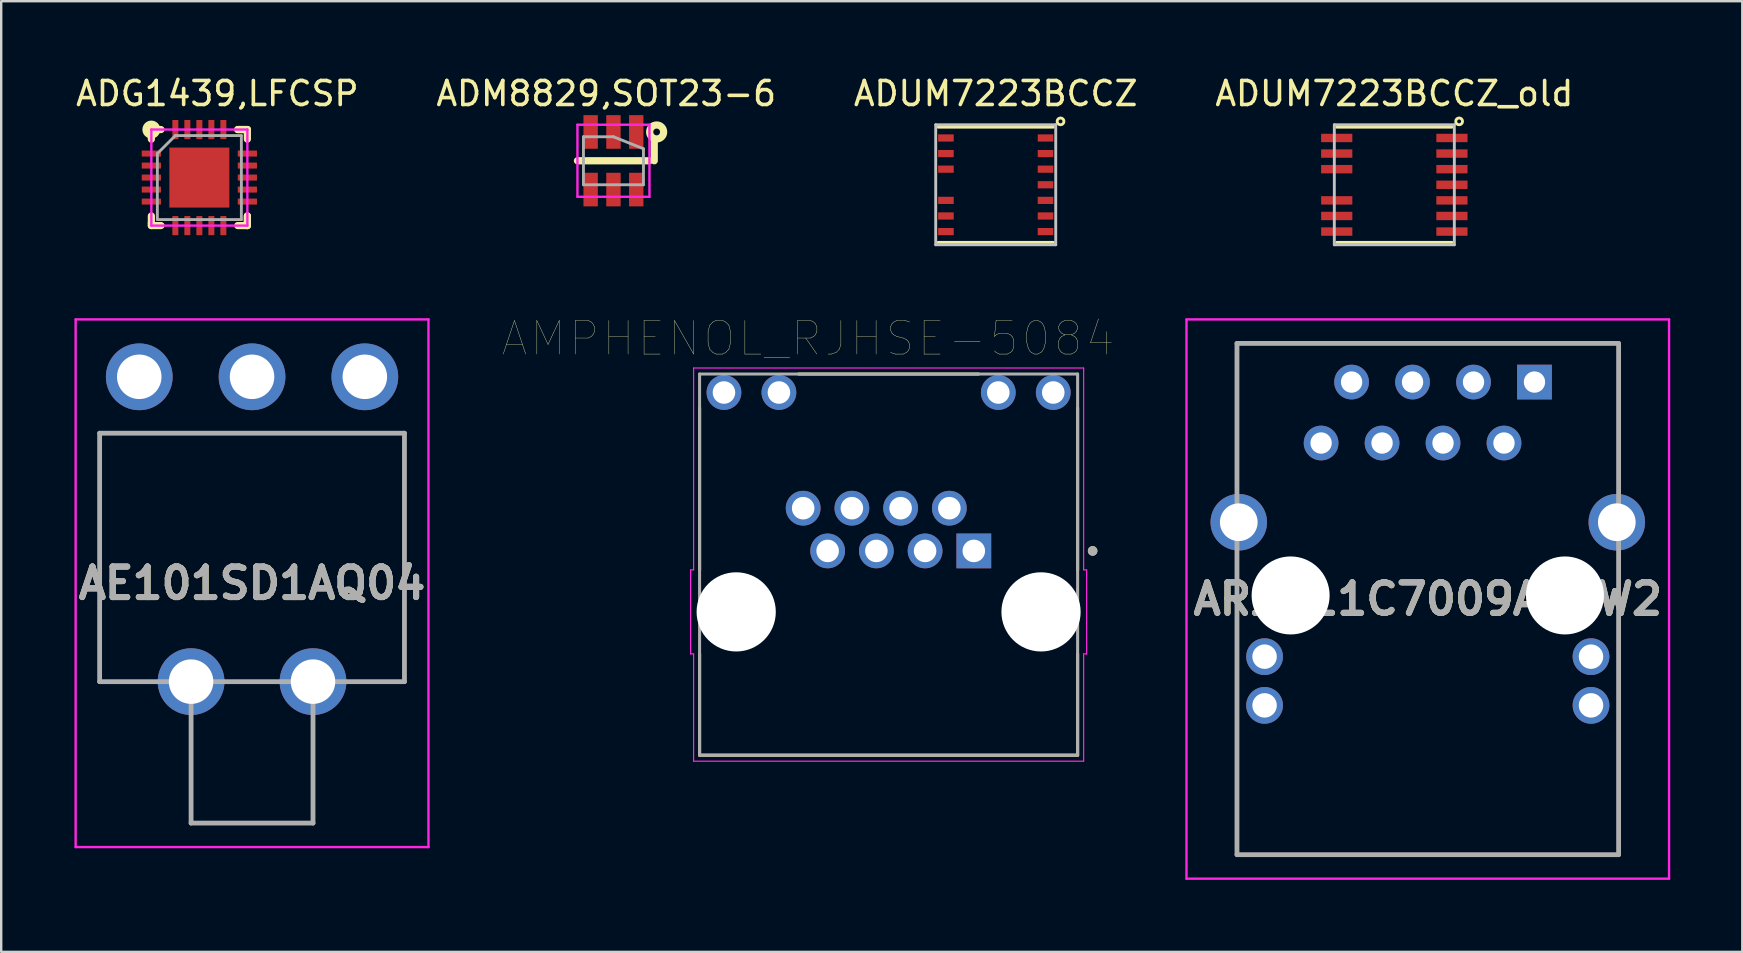
<source format=kicad_pcb>
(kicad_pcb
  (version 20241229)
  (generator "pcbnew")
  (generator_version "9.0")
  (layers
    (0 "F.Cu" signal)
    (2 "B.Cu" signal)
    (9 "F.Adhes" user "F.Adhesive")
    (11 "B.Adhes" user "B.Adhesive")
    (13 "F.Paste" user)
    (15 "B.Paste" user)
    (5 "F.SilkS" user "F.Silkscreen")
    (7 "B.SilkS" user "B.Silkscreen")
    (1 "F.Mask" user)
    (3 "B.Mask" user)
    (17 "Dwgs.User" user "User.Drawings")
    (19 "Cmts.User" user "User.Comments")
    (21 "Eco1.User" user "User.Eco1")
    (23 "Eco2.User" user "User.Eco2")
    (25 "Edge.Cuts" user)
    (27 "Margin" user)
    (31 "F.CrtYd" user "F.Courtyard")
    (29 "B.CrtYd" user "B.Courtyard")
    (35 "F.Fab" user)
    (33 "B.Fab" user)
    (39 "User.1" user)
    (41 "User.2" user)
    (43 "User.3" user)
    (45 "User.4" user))
  (footprint "AMPHENOL_RJHSE-5084"
    (layer "F.Cu")
    (at 33.972 22.443)
    (property "Reference" "AMPHENOL_RJHSE-5084" (at -3.355 -11.389 0) (layer "F.SilkS") (effects (font (size 1.4 1.4) (thickness 0.015))))
    (attr through_hole)
    (fp_line (start -7.875 -1.75) (end -7.875 -8.5) (stroke (width 0.127) (type solid)) (layer "F.SilkS"))
    (fp_line (start -7.875 5.97) (end -7.875 1.75) (stroke (width 0.127) (type solid)) (layer "F.SilkS"))
    (fp_line (start -3.75 -9.91) (end 3.75 -9.91) (stroke (width 0.127) (type solid)) (layer "F.SilkS"))
    (fp_line (start 7.875 -8.5) (end 7.875 -1.75) (stroke (width 0.127) (type solid)) (layer "F.SilkS"))
    (fp_line (start 7.875 1.75) (end 7.875 5.97) (stroke (width 0.127) (type solid)) (layer "F.SilkS"))
    (fp_line (start 7.875 5.97) (end -7.875 5.97) (stroke (width 0.127) (type solid)) (layer "F.SilkS"))
    (fp_circle (center 8.5 -2.54) (end 8.6 -2.54) (stroke (width 0.2) (type solid)) (fill no) (layer "F.SilkS"))
    (fp_line (start -8.25 -1.75) (end -8.125 -1.75) (stroke (width 0.05) (type solid)) (layer "F.CrtYd"))
    (fp_line (start -8.25 1.75) (end -8.25 -1.75) (stroke (width 0.05) (type solid)) (layer "F.CrtYd"))
    (fp_line (start -8.125 -10.16) (end 8.125 -10.16) (stroke (width 0.05) (type solid)) (layer "F.CrtYd"))
    (fp_line (start -8.125 -1.75) (end -8.125 -10.16) (stroke (width 0.05) (type solid)) (layer "F.CrtYd"))
    (fp_line (start -8.125 1.75) (end -8.25 1.75) (stroke (width 0.05) (type solid)) (layer "F.CrtYd"))
    (fp_line (start -8.125 6.22) (end -8.125 1.75) (stroke (width 0.05) (type solid)) (layer "F.CrtYd"))
    (fp_line (start 8.125 -10.16) (end 8.125 -1.75) (stroke (width 0.05) (type solid)) (layer "F.CrtYd"))
    (fp_line (start 8.125 -1.75) (end 8.25 -1.75) (stroke (width 0.05) (type solid)) (layer "F.CrtYd"))
    (fp_line (start 8.125 1.75) (end 8.125 6.22) (stroke (width 0.05) (type solid)) (layer "F.CrtYd"))
    (fp_line (start 8.125 6.22) (end -8.125 6.22) (stroke (width 0.05) (type solid)) (layer "F.CrtYd"))
    (fp_line (start 8.25 -1.75) (end 8.25 1.75) (stroke (width 0.05) (type solid)) (layer "F.CrtYd"))
    (fp_line (start 8.25 1.75) (end 8.125 1.75) (stroke (width 0.05) (type solid)) (layer "F.CrtYd"))
    (fp_line (start -7.875 -9.91) (end 7.875 -9.91) (stroke (width 0.127) (type solid)) (layer "F.Fab"))
    (fp_line (start -7.875 5.97) (end -7.875 -9.91) (stroke (width 0.127) (type solid)) (layer "F.Fab"))
    (fp_line (start 7.875 -9.91) (end 7.875 5.97) (stroke (width 0.127) (type solid)) (layer "F.Fab"))
    (fp_line (start 7.875 5.97) (end -7.875 5.97) (stroke (width 0.127) (type solid)) (layer "F.Fab"))
    (fp_circle (center 8.5 -2.54) (end 8.6 -2.54) (stroke (width 0.2) (type solid)) (fill no) (layer "F.Fab"))
    (pad "" np_thru_hole circle (at -6.35 0) (size 3.3 3.3) (drill 3.3) (layers "*.Cu" "*.Mask"))
    (pad "" np_thru_hole circle (at 6.35 0) (size 3.3 3.3) (drill 3.3) (layers "*.Cu" "*.Mask"))
    (pad "1" thru_hole rect (at 3.55 -2.54) (size 1.448 1.448) (drill 0.94) (layers "*.Cu" "*.Mask"))
    (pad "2" thru_hole circle (at 2.53 -4.32) (size 1.448 1.448) (drill 0.94) (layers "*.Cu" "*.Mask"))
    (pad "3" thru_hole circle (at 1.52 -2.54) (size 1.448 1.448) (drill 0.94) (layers "*.Cu" "*.Mask"))
    (pad "4" thru_hole circle (at 0.5 -4.32) (size 1.448 1.448) (drill 0.94) (layers "*.Cu" "*.Mask"))
    (pad "5" thru_hole circle (at -0.51 -2.54) (size 1.448 1.448) (drill 0.94) (layers "*.Cu" "*.Mask"))
    (pad "6" thru_hole circle (at -1.53 -4.32) (size 1.448 1.448) (drill 0.94) (layers "*.Cu" "*.Mask"))
    (pad "7" thru_hole circle (at -2.54 -2.54) (size 1.448 1.448) (drill 0.94) (layers "*.Cu" "*.Mask"))
    (pad "8" thru_hole circle (at -3.56 -4.32) (size 1.448 1.448) (drill 0.94) (layers "*.Cu" "*.Mask"))
    (pad "9" thru_hole circle (at 6.86 -9.14) (size 1.448 1.448) (drill 0.94) (layers "*.Cu" "*.Mask"))
    (pad "10" thru_hole circle (at 4.57 -9.14) (size 1.448 1.448) (drill 0.94) (layers "*.Cu" "*.Mask"))
    (pad "11" thru_hole circle (at -4.57 -9.14) (size 1.448 1.448) (drill 0.94) (layers "*.Cu" "*.Mask"))
    (pad "12" thru_hole circle (at -6.86 -9.14) (size 1.448 1.448) (drill 0.94) (layers "*.Cu" "*.Mask")))
  (footprint "ADUM7223BCCZ_old"
    (layer "F.Cu")
    (at 55.042 4.648)
    (property "Reference" "ADUM7223BCCZ_old" (at 0 -3.8 0) (layer "F.SilkS") (effects (font (size 1 1) (thickness 0.15))))
    (attr through_hole)
    (fp_line (start -2.4 -2.4) (end 2.4 -2.4) (stroke (width 0.12) (type solid)) (layer "F.SilkS"))
    (fp_line (start -2.4 2.4) (end 2.4 2.4) (stroke (width 0.12) (type solid)) (layer "F.SilkS"))
    (fp_circle (center 2.7 -2.641) (end 2.8 -2.541) (stroke (width 0.12) (type solid)) (fill no) (layer "F.SilkS"))
    (fp_line (start -2.5 -2.5) (end -2.5 2.5) (stroke (width 0.12) (type solid)) (layer "Dwgs.User"))
    (fp_line (start -2.5 2.5) (end 2.5 2.5) (stroke (width 0.12) (type solid)) (layer "Dwgs.User"))
    (fp_line (start 2.5 -2.5) (end -2.5 -2.5) (stroke (width 0.12) (type solid)) (layer "Dwgs.User"))
    (fp_line (start 2.5 2.5) (end 2.5 -2.5) (stroke (width 0.12) (type solid)) (layer "Dwgs.User"))
    (pad "1" smd rect (at 2.4 -1.95) (size 1.3 0.35) (layers "F.Cu" "F.Mask" "F.Paste"))
    (pad "2" smd rect (at 2.4 -1.3) (size 1.3 0.35) (layers "F.Cu" "F.Mask" "F.Paste"))
    (pad "3" smd rect (at 2.4 -0.65) (size 1.3 0.35) (layers "F.Cu" "F.Mask" "F.Paste"))
    (pad "4" smd rect (at 2.4 0) (size 1.3 0.35) (layers "F.Cu" "F.Mask" "F.Paste"))
    (pad "5" smd rect (at 2.4 0.65) (size 1.3 0.35) (layers "F.Cu" "F.Mask" "F.Paste"))
    (pad "6" smd rect (at 2.4 1.3) (size 1.3 0.35) (layers "F.Cu" "F.Mask" "F.Paste"))
    (pad "7" smd rect (at 2.4 1.95) (size 1.3 0.35) (layers "F.Cu" "F.Mask" "F.Paste"))
    (pad "8" smd rect (at -2.4 1.95 180) (size 1.3 0.35) (layers "F.Cu" "F.Mask" "F.Paste"))
    (pad "9" smd rect (at -2.4 1.3 180) (size 1.3 0.35) (layers "F.Cu" "F.Mask" "F.Paste"))
    (pad "10" smd rect (at -2.4 0.65 180) (size 1.3 0.35) (layers "F.Cu" "F.Mask" "F.Paste"))
    (pad "11" smd rect (at -2.4 -0.65 180) (size 1.3 0.35) (layers "F.Cu" "F.Mask" "F.Paste"))
    (pad "12" smd rect (at -2.4 -1.3 180) (size 1.3 0.35) (layers "F.Cu" "F.Mask" "F.Paste"))
    (pad "13" smd rect (at -2.4 -1.95 180) (size 1.3 0.35) (layers "F.Cu" "F.Mask" "F.Paste")))
  (footprint "ARJM11C7009ABEW2"
    (layer "F.Cu")
    (at 60.881 12.868)
    (property "Reference" "ARJM11C7009ABEW2" (at -4.445 9.04 0) (layer "F.SilkS") (effects (font (size 1.27 1.27) (thickness 0.254))))
    (attr through_hole)
    (fp_line (start -12.395 -1.61) (end -12.395 -1.61) (stroke (width 0.1) (type solid)) (layer "F.SilkS"))
    (fp_line (start -12.395 -1.61) (end -12.395 -1.61) (stroke (width 0.1) (type solid)) (layer "F.SilkS"))
    (fp_line (start -12.395 -1.61) (end -12.395 4.25) (stroke (width 0.1) (type solid)) (layer "F.SilkS"))
    (fp_line (start -12.395 -1.61) (end 3.505 -1.61) (stroke (width 0.1) (type solid)) (layer "F.SilkS"))
    (fp_line (start -12.395 4.25) (end -12.395 -1.61) (stroke (width 0.1) (type solid)) (layer "F.SilkS"))
    (fp_line (start -12.395 4.25) (end -12.395 4.25) (stroke (width 0.1) (type solid)) (layer "F.SilkS"))
    (fp_line (start -12.395 7.5) (end -12.395 7.5) (stroke (width 0.1) (type solid)) (layer "F.SilkS"))
    (fp_line (start -12.395 7.5) (end -12.395 10.5) (stroke (width 0.1) (type solid)) (layer "F.SilkS"))
    (fp_line (start -12.395 10.5) (end -12.395 7.5) (stroke (width 0.1) (type solid)) (layer "F.SilkS"))
    (fp_line (start -12.395 10.5) (end -12.395 10.5) (stroke (width 0.1) (type solid)) (layer "F.SilkS"))
    (fp_line (start -12.395 14.5) (end -12.395 14.5) (stroke (width 0.1) (type solid)) (layer "F.SilkS"))
    (fp_line (start -12.395 14.5) (end -12.395 19.69) (stroke (width 0.1) (type solid)) (layer "F.SilkS"))
    (fp_line (start -12.395 19.69) (end -12.395 14.5) (stroke (width 0.1) (type solid)) (layer "F.SilkS"))
    (fp_line (start -12.395 19.69) (end -12.395 19.69) (stroke (width 0.1) (type solid)) (layer "F.SilkS"))
    (fp_line (start -12.395 19.69) (end -12.395 19.69) (stroke (width 0.1) (type solid)) (layer "F.SilkS"))
    (fp_line (start -12.395 19.69) (end 3.5 19.69) (stroke (width 0.1) (type solid)) (layer "F.SilkS"))
    (fp_line (start 3.5 7.5) (end 3.5 10.5) (stroke (width 0.1) (type solid)) (layer "F.SilkS"))
    (fp_line (start 3.5 10.5) (end 3.505 10.5) (stroke (width 0.1) (type solid)) (layer "F.SilkS"))
    (fp_line (start 3.5 14.5) (end 3.5 19.69) (stroke (width 0.1) (type solid)) (layer "F.SilkS"))
    (fp_line (start 3.5 19.69) (end -12.395 19.69) (stroke (width 0.1) (type solid)) (layer "F.SilkS"))
    (fp_line (start 3.5 19.69) (end 3.5 19.69) (stroke (width 0.1) (type solid)) (layer "F.SilkS"))
    (fp_line (start 3.5 19.69) (end 3.505 19.69) (stroke (width 0.1) (type solid)) (layer "F.SilkS"))
    (fp_line (start 3.505 -1.61) (end -12.395 -1.61) (stroke (width 0.1) (type solid)) (layer "F.SilkS"))
    (fp_line (start 3.505 -1.61) (end 3.505 -1.61) (stroke (width 0.1) (type solid)) (layer "F.SilkS"))
    (fp_line (start 3.505 -1.61) (end 3.505 -1.61) (stroke (width 0.1) (type solid)) (layer "F.SilkS"))
    (fp_line (start 3.505 -1.61) (end 3.505 4.25) (stroke (width 0.1) (type solid)) (layer "F.SilkS"))
    (fp_line (start 3.505 4.25) (end 3.505 -1.61) (stroke (width 0.1) (type solid)) (layer "F.SilkS"))
    (fp_line (start 3.505 4.25) (end 3.505 4.25) (stroke (width 0.1) (type solid)) (layer "F.SilkS"))
    (fp_line (start 3.505 7.5) (end 3.5 7.5) (stroke (width 0.1) (type solid)) (layer "F.SilkS"))
    (fp_line (start 3.505 10.5) (end 3.505 7.5) (stroke (width 0.1) (type solid)) (layer "F.SilkS"))
    (fp_line (start 3.505 14.5) (end 3.5 14.5) (stroke (width 0.1) (type solid)) (layer "F.SilkS"))
    (fp_line (start 3.505 19.69) (end 3.505 14.5) (stroke (width 0.1) (type solid)) (layer "F.SilkS"))
    (fp_line (start -14.498 -2.61) (end 5.607 -2.61) (stroke (width 0.1) (type solid)) (layer "F.CrtYd"))
    (fp_line (start -14.498 20.69) (end -14.498 -2.61) (stroke (width 0.1) (type solid)) (layer "F.CrtYd"))
    (fp_line (start 5.607 -2.61) (end 5.607 20.69) (stroke (width 0.1) (type solid)) (layer "F.CrtYd"))
    (fp_line (start 5.607 20.69) (end -14.498 20.69) (stroke (width 0.1) (type solid)) (layer "F.CrtYd"))
    (fp_line (start -12.395 -1.61) (end -12.395 19.69) (stroke (width 0.2) (type solid)) (layer "F.Fab"))
    (fp_line (start -12.395 19.69) (end 3.505 19.69) (stroke (width 0.2) (type solid)) (layer "F.Fab"))
    (fp_line (start 3.505 -1.61) (end -12.395 -1.61) (stroke (width 0.2) (type solid)) (layer "F.Fab"))
    (fp_line (start 3.505 19.69) (end 3.505 -1.61) (stroke (width 0.2) (type solid)) (layer "F.Fab"))
    (fp_text user "${REFERENCE}" (at -4.445 9.04 0) (layer "F.Fab") (effects (font (size 1.27 1.27) (thickness 0.254))))
    (pad "" np_thru_hole circle (at -10.16 8.89) (size 3.25 3.25) (drill 3.25) (layers "*.Cu" "*.Mask"))
    (pad "" np_thru_hole circle (at 1.27 8.89) (size 3.25 3.25) (drill 3.25) (layers "*.Cu" "*.Mask"))
    (pad "1" thru_hole rect (at 0 0) (size 1.446 1.446) (drill 0.89) (layers "*.Cu" "*.Mask"))
    (pad "2" thru_hole circle (at -1.27 2.54) (size 1.446 1.446) (drill 0.89) (layers "*.Cu" "*.Mask"))
    (pad "3" thru_hole circle (at -2.54 0) (size 1.446 1.446) (drill 0.89) (layers "*.Cu" "*.Mask"))
    (pad "4" thru_hole circle (at -3.81 2.54) (size 1.446 1.446) (drill 0.89) (layers "*.Cu" "*.Mask"))
    (pad "5" thru_hole circle (at -5.08 0) (size 1.446 1.446) (drill 0.89) (layers "*.Cu" "*.Mask"))
    (pad "6" thru_hole circle (at -6.35 2.54) (size 1.446 1.446) (drill 0.89) (layers "*.Cu" "*.Mask"))
    (pad "7" thru_hole circle (at -7.62 0) (size 1.446 1.446) (drill 0.89) (layers "*.Cu" "*.Mask"))
    (pad "8" thru_hole circle (at -8.89 2.54) (size 1.446 1.446) (drill 0.89) (layers "*.Cu" "*.Mask"))
    (pad "L1" thru_hole circle (at -11.245 11.44) (size 1.53 1.53) (drill 1.02) (layers "*.Cu" "*.Mask"))
    (pad "L2" thru_hole circle (at -11.245 13.47) (size 1.53 1.53) (drill 1.02) (layers "*.Cu" "*.Mask"))
    (pad "L3" thru_hole circle (at 2.355 11.44) (size 1.53 1.53) (drill 1.02) (layers "*.Cu" "*.Mask"))
    (pad "L4" thru_hole circle (at 2.355 13.47) (size 1.53 1.53) (drill 1.02) (layers "*.Cu" "*.Mask"))
    (pad "MH1" thru_hole circle (at 3.43 5.84) (size 2.355 2.355) (drill 1.57) (layers "*.Cu" "*.Mask"))
    (pad "MH2" thru_hole circle (at -12.32 5.84) (size 2.355 2.355) (drill 1.57) (layers "*.Cu" "*.Mask")))
  (footprint "AE101SD1AQ04"
    (layer "F.Cu")
    (at 2.752 12.649)
    (property "Reference" "AE101SD1AQ04" (at 4.699 8.601 0) (layer "F.SilkS") (effects (font (size 1.27 1.27) (thickness 0.254))))
    (attr through_hole)
    (fp_line (start -1.651 2.35) (end 11.049 2.35) (stroke (width 0.1) (type solid)) (layer "F.SilkS"))
    (fp_line (start -1.651 12.7) (end -1.651 2.35) (stroke (width 0.1) (type solid)) (layer "F.SilkS"))
    (fp_line (start -0.381 12.7) (end -1.651 12.7) (stroke (width 0.1) (type solid)) (layer "F.SilkS"))
    (fp_line (start 11.049 2.35) (end 11.049 12.7) (stroke (width 0.1) (type solid)) (layer "F.SilkS"))
    (fp_line (start 11.049 12.7) (end 9.779 12.7) (stroke (width 0.1) (type solid)) (layer "F.SilkS"))
    (fp_line (start -2.651 -2.391) (end 12.049 -2.391) (stroke (width 0.1) (type solid)) (layer "F.CrtYd"))
    (fp_line (start -2.651 19.593) (end -2.651 -2.391) (stroke (width 0.1) (type solid)) (layer "F.CrtYd"))
    (fp_line (start 12.049 -2.391) (end 12.049 19.593) (stroke (width 0.1) (type solid)) (layer "F.CrtYd"))
    (fp_line (start 12.049 19.593) (end -2.651 19.593) (stroke (width 0.1) (type solid)) (layer "F.CrtYd"))
    (fp_line (start -1.651 2.35) (end 11.049 2.35) (stroke (width 0.2) (type solid)) (layer "F.Fab"))
    (fp_line (start -1.651 12.7) (end -1.651 2.35) (stroke (width 0.2) (type solid)) (layer "F.Fab"))
    (fp_line (start 2.159 12.7) (end 2.159 18.593) (stroke (width 0.2) (type solid)) (layer "F.Fab"))
    (fp_line (start 2.159 18.593) (end 7.239 18.593) (stroke (width 0.2) (type solid)) (layer "F.Fab"))
    (fp_line (start 7.239 18.593) (end 7.239 12.7) (stroke (width 0.2) (type solid)) (layer "F.Fab"))
    (fp_line (start 11.049 2.35) (end 11.049 12.7) (stroke (width 0.2) (type solid)) (layer "F.Fab"))
    (fp_line (start 11.049 12.7) (end -1.651 12.7) (stroke (width 0.2) (type solid)) (layer "F.Fab"))
    (fp_text user "${REFERENCE}" (at 4.699 8.601 0) (layer "F.Fab") (effects (font (size 1.27 1.27) (thickness 0.254))))
    (pad "1" thru_hole circle (at 0 0) (size 2.781 2.781) (drill 1.854) (layers "*.Cu" "*.Mask"))
    (pad "2" thru_hole circle (at 4.699 0) (size 2.781 2.781) (drill 1.854) (layers "*.Cu" "*.Mask"))
    (pad "3" thru_hole circle (at 9.398 0) (size 2.781 2.781) (drill 1.854) (layers "*.Cu" "*.Mask"))
    (pad "4" thru_hole circle (at 7.239 12.7) (size 2.781 2.781) (drill 1.854) (layers "*.Cu" "*.Mask"))
    (pad "5" thru_hole circle (at 2.159 12.7) (size 2.781 2.781) (drill 1.854) (layers "*.Cu" "*.Mask")))
  (footprint "ADUM7223BCCZ"
    (layer "F.Cu")
    (at 38.435 4.648)
    (property "Reference" "ADUM7223BCCZ" (at 0 -3.8 0) (layer "F.SilkS") (effects (font (size 1 1) (thickness 0.15))))
    (attr through_hole)
    (fp_line (start -2.4 -2.4) (end 2.4 -2.4) (stroke (width 0.12) (type solid)) (layer "F.SilkS"))
    (fp_line (start -2.4 2.4) (end 2.4 2.4) (stroke (width 0.12) (type solid)) (layer "F.SilkS"))
    (fp_circle (center 2.7 -2.641) (end 2.8 -2.541) (stroke (width 0.12) (type solid)) (fill no) (layer "F.SilkS"))
    (fp_line (start -2.5 -2.5) (end -2.5 2.5) (stroke (width 0.12) (type solid)) (layer "Dwgs.User"))
    (fp_line (start -2.5 2.5) (end 2.5 2.5) (stroke (width 0.12) (type solid)) (layer "Dwgs.User"))
    (fp_line (start 2.5 -2.5) (end -2.5 -2.5) (stroke (width 0.12) (type solid)) (layer "Dwgs.User"))
    (fp_line (start 2.5 2.5) (end 2.5 -2.5) (stroke (width 0.12) (type solid)) (layer "Dwgs.User"))
    (pad "1" smd rect (at 2.075 -1.95) (size 0.65 0.3) (layers "F.Cu" "F.Mask" "F.Paste"))
    (pad "2" smd rect (at 2.075 -1.3) (size 0.65 0.3) (layers "F.Cu" "F.Mask" "F.Paste"))
    (pad "3" smd rect (at 2.075 -0.65) (size 0.65 0.3) (layers "F.Cu" "F.Mask" "F.Paste"))
    (pad "4" smd rect (at 2.075 0) (size 0.65 0.3) (layers "F.Cu" "F.Mask" "F.Paste"))
    (pad "5" smd rect (at 2.075 0.65) (size 0.65 0.3) (layers "F.Cu" "F.Mask" "F.Paste"))
    (pad "6" smd rect (at 2.075 1.3) (size 0.65 0.3) (layers "F.Cu" "F.Mask" "F.Paste"))
    (pad "7" smd rect (at 2.075 1.95) (size 0.65 0.3) (layers "F.Cu" "F.Mask" "F.Paste"))
    (pad "8" smd rect (at -2.075 1.95 180) (size 0.65 0.3) (layers "F.Cu" "F.Mask" "F.Paste"))
    (pad "9" smd rect (at -2.075 1.3 180) (size 0.65 0.3) (layers "F.Cu" "F.Mask" "F.Paste"))
    (pad "10" smd rect (at -2.075 0.65 180) (size 0.65 0.3) (layers "F.Cu" "F.Mask" "F.Paste"))
    (pad "11" smd rect (at -2.075 -0.65 180) (size 0.65 0.3) (layers "F.Cu" "F.Mask" "F.Paste"))
    (pad "12" smd rect (at -2.075 -1.3 180) (size 0.65 0.3) (layers "F.Cu" "F.Mask" "F.Paste"))
    (pad "13" smd rect (at -2.075 -1.95 180) (size 0.65 0.3) (layers "F.Cu" "F.Mask" "F.Paste")))
  (footprint "ADG1439,LFCSP"
    (layer "F.Cu")
    (at 5.256 4.348)
    (property "Reference" "ADG1439,LFCSP" (at 0.75 -3.5 0) (layer "F.SilkS") (effects (font (size 1 1) (thickness 0.15))))
    (attr through_hole)
    (fp_line (start -2 -2) (end -2 -1.6) (stroke (width 0.3) (type solid)) (layer "F.SilkS"))
    (fp_line (start -2 -2) (end -1.6 -2) (stroke (width 0.3) (type solid)) (layer "F.SilkS"))
    (fp_line (start -2 1.9) (end -2 1.6) (stroke (width 0.3) (type solid)) (layer "F.SilkS"))
    (fp_line (start -2 1.9) (end -2 2) (stroke (width 0.3) (type solid)) (layer "F.SilkS"))
    (fp_line (start -2 2) (end -1.6 2) (stroke (width 0.3) (type solid)) (layer "F.SilkS"))
    (fp_line (start 1.6 -2) (end 2 -2) (stroke (width 0.3) (type solid)) (layer "F.SilkS"))
    (fp_line (start 2 -2) (end 1.6 -2) (stroke (width 0.3) (type solid)) (layer "F.SilkS"))
    (fp_line (start 2 -2) (end 2 -1.6) (stroke (width 0.3) (type solid)) (layer "F.SilkS"))
    (fp_line (start 2 1.6) (end 2 2) (stroke (width 0.3) (type solid)) (layer "F.SilkS"))
    (fp_line (start 2 2) (end 1.6 2) (stroke (width 0.3) (type solid)) (layer "F.SilkS"))
    (fp_line (start 2 2) (end 2 1.6) (stroke (width 0.3) (type solid)) (layer "F.SilkS"))
    (fp_circle (center -2 -2) (end -1.8 -1.9) (stroke (width 0.3) (type solid)) (fill no) (layer "F.SilkS"))
    (fp_line (start -2 -2) (end 2 -2) (stroke (width 0.1) (type solid)) (layer "F.CrtYd"))
    (fp_line (start -2 2) (end -2 -2) (stroke (width 0.1) (type solid)) (layer "F.CrtYd"))
    (fp_line (start 2 -2) (end 2 2) (stroke (width 0.1) (type solid)) (layer "F.CrtYd"))
    (fp_line (start 2 2) (end -2 2) (stroke (width 0.1) (type solid)) (layer "F.CrtYd"))
    (fp_line (start -1.75 -1) (end -1 -1.75) (stroke (width 0.12) (type solid)) (layer "F.Fab"))
    (fp_line (start -1.75 1.75) (end -1.75 -1) (stroke (width 0.12) (type solid)) (layer "F.Fab"))
    (fp_line (start -1 -1.75) (end 1.75 -1.75) (stroke (width 0.12) (type solid)) (layer "F.Fab"))
    (fp_line (start 1.75 -1.75) (end 1.75 1.75) (stroke (width 0.12) (type solid)) (layer "F.Fab"))
    (fp_line (start 1.75 1.75) (end -1.75 1.75) (stroke (width 0.12) (type solid)) (layer "F.Fab"))
    (pad "1" smd rect (at -2 -1) (size 0.8 0.25) (layers "F.Cu" "F.Mask" "F.Paste"))
    (pad "2" smd rect (at -2 -0.5) (size 0.8 0.25) (layers "F.Cu" "F.Mask" "F.Paste"))
    (pad "3" smd rect (at -2 0) (size 0.8 0.25) (layers "F.Cu" "F.Mask" "F.Paste"))
    (pad "4" smd rect (at -2 0.5) (size 0.8 0.25) (layers "F.Cu" "F.Mask" "F.Paste"))
    (pad "5" smd rect (at -2 1) (size 0.8 0.25) (layers "F.Cu" "F.Mask" "F.Paste"))
    (pad "6" smd rect (at -1 2) (size 0.25 0.8) (layers "F.Cu" "F.Mask" "F.Paste"))
    (pad "7" smd rect (at -0.5 2) (size 0.25 0.8) (layers "F.Cu" "F.Mask" "F.Paste"))
    (pad "8" smd rect (at 0 2) (size 0.25 0.8) (layers "F.Cu" "F.Mask" "F.Paste"))
    (pad "9" smd rect (at 0.5 2) (size 0.25 0.8) (layers "F.Cu" "F.Mask" "F.Paste"))
    (pad "10" smd rect (at 1 2) (size 0.25 0.8) (layers "F.Cu" "F.Mask" "F.Paste"))
    (pad "11" smd rect (at 2 1) (size 0.8 0.25) (layers "F.Cu" "F.Mask" "F.Paste"))
    (pad "12" smd rect (at 2 0.5) (size 0.8 0.25) (layers "F.Cu" "F.Mask" "F.Paste"))
    (pad "13" smd rect (at 2 0) (size 0.8 0.25) (layers "F.Cu" "F.Mask" "F.Paste"))
    (pad "14" smd rect (at 2 -0.5) (size 0.8 0.25) (layers "F.Cu" "F.Mask" "F.Paste"))
    (pad "15" smd rect (at 2 -1) (size 0.8 0.25) (layers "F.Cu" "F.Mask" "F.Paste"))
    (pad "16" smd rect (at 1 -2) (size 0.25 0.8) (layers "F.Cu" "F.Mask" "F.Paste"))
    (pad "17" smd rect (at 0.5 -2) (size 0.25 0.8) (layers "F.Cu" "F.Mask" "F.Paste"))
    (pad "18" smd rect (at 0 -2) (size 0.25 0.8) (layers "F.Cu" "F.Mask" "F.Paste"))
    (pad "19" smd rect (at -0.5 -2) (size 0.25 0.8) (layers "F.Cu" "F.Mask" "F.Paste"))
    (pad "20" smd rect (at -1 -2) (size 0.25 0.8) (layers "F.Cu" "F.Mask" "F.Paste"))
    (pad "EPAD" smd rect (at 0 0) (size 2.5 2.5) (layers "F.Cu" "F.Mask" "F.Paste")))
  (footprint "ADM8829,SOT23-6"
    (layer "F.Cu")
    (at 22.508 3.648)
    (property "Reference" "ADM8829,SOT23-6" (at -0.3 -2.8 0) (layer "F.SilkS") (effects (font (size 1 1) (thickness 0.15))))
    (attr through_hole)
    (fp_line (start -1.5 0) (end 1.5 0) (stroke (width 0.3) (type solid)) (layer "F.SilkS"))
    (fp_line (start 1.7 -0.8) (end 1.7 0) (stroke (width 0.3) (type solid)) (layer "F.SilkS"))
    (fp_circle (center 1.8 -1.2) (end 1.9 -1.1) (stroke (width 0.3) (type solid)) (fill no) (layer "F.SilkS"))
    (fp_line (start -1.5 -1.5) (end -1.5 1.5) (stroke (width 0.1) (type solid)) (layer "F.CrtYd"))
    (fp_line (start -1.5 -1.5) (end 1.5 -1.5) (stroke (width 0.1) (type solid)) (layer "F.CrtYd"))
    (fp_line (start -1.5 1.5) (end 1.5 1.5) (stroke (width 0.1) (type solid)) (layer "F.CrtYd"))
    (fp_line (start 1.5 -1.5) (end 1.5 1.5) (stroke (width 0.1) (type solid)) (layer "F.CrtYd"))
    (fp_line (start -1.25 -1) (end -1.25 1) (stroke (width 0.12) (type solid)) (layer "F.Fab"))
    (fp_line (start -1.25 1) (end 1.25 1) (stroke (width 0.12) (type solid)) (layer "F.Fab"))
    (fp_line (start 0 -1) (end -1.25 -1) (stroke (width 0.12) (type solid)) (layer "F.Fab"))
    (fp_line (start 1.25 -0.5) (end 0 -1) (stroke (width 0.12) (type solid)) (layer "F.Fab"))
    (fp_line (start 1.25 1) (end 1.25 -0.5) (stroke (width 0.12) (type solid)) (layer "F.Fab"))
    (pad "1" smd rect (at 0.95 -1.2) (size 0.6 1.4) (layers "F.Cu" "F.Mask" "F.Paste"))
    (pad "2" smd rect (at 0 -1.2) (size 0.6 1.4) (layers "F.Cu" "F.Mask" "F.Paste"))
    (pad "3" smd rect (at -0.95 -1.2) (size 0.6 1.4) (layers "F.Cu" "F.Mask" "F.Paste"))
    (pad "4" smd rect (at -0.95 1.2) (size 0.6 1.4) (layers "F.Cu" "F.Mask" "F.Paste"))
    (pad "5" smd rect (at 0 1.2) (size 0.6 1.4) (layers "F.Cu" "F.Mask" "F.Paste"))
    (pad "6" smd rect (at 0.95 1.2) (size 0.6 1.4) (layers "F.Cu" "F.Mask" "F.Paste")))
  (gr_rect
    (start -3 -3)
    (end 69.538 36.608)
    (stroke (width 0.1) (type default))
    (fill no)
    (layer "Edge.Cuts")))
</source>
